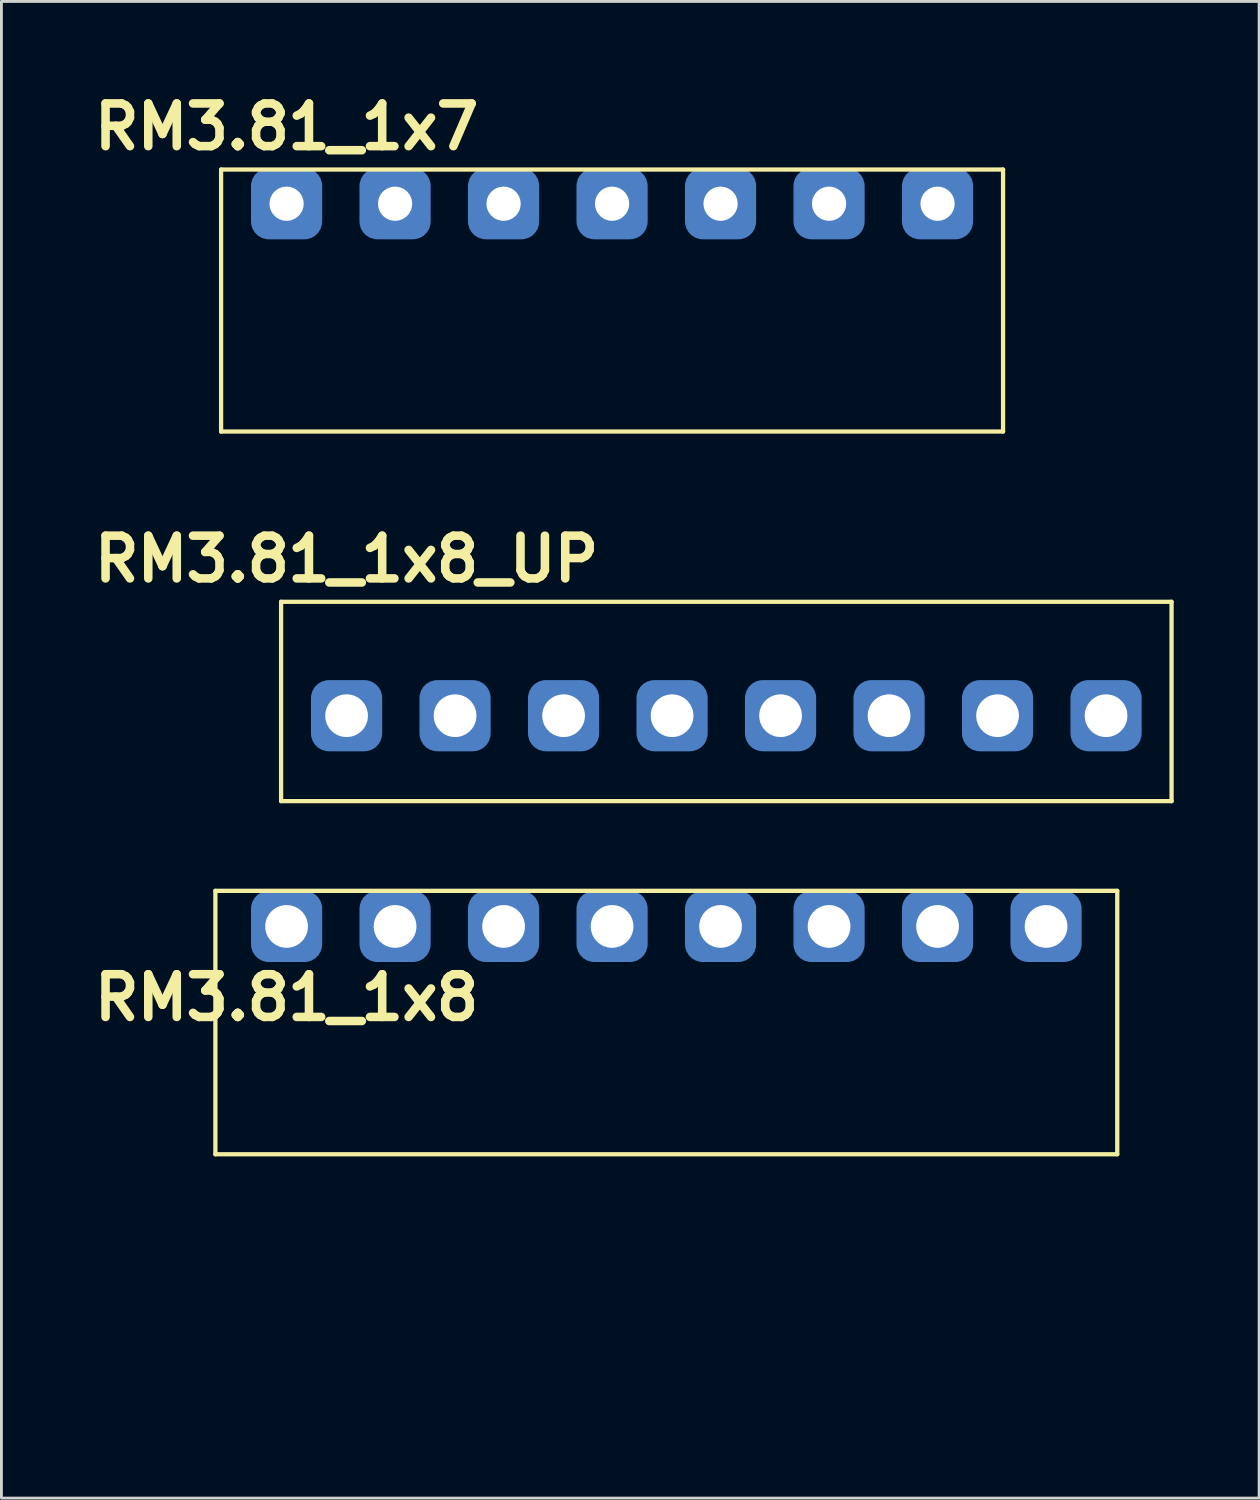
<source format=kicad_pcb>
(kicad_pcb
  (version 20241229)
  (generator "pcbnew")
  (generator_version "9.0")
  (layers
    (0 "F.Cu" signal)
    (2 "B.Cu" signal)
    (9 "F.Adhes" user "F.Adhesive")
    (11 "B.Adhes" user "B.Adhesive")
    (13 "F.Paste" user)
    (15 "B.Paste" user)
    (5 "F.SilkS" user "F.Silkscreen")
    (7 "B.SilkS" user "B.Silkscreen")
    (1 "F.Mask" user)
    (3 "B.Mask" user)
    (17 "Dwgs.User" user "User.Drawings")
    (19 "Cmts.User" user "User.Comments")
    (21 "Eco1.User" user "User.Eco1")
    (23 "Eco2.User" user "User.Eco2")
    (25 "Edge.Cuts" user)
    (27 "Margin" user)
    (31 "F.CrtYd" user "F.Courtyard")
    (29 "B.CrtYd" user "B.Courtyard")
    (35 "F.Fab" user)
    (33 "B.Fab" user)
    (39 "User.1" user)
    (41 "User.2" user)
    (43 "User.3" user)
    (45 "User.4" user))
  (footprint "RM3.81_1x7"
    (layer "F.Cu")
    (at 7.014 4.104)
    (property "Reference" "RM3.81_1x7" (at 0 -2.7 0) (layer "F.SilkS") (effects (font (size 1.5 1.5) (thickness 0.3))))
    (attr through_hole)
    (fp_line (start -2.3 -1.2) (end -2.3 8) (stroke (width 0.15) (type solid)) (layer "F.SilkS"))
    (fp_line (start -2.3 -1.2) (end 25.16 -1.2) (stroke (width 0.15) (type solid)) (layer "F.SilkS"))
    (fp_line (start -2.3 8) (end 25.16 8) (stroke (width 0.15) (type solid)) (layer "F.SilkS"))
    (fp_line (start 25.16 -1.2) (end 25.16 8) (stroke (width 0.15) (type solid)) (layer "F.SilkS"))
    (pad "0" thru_hole circle (at 0 0) (size 1.5 1.5) (drill 1.2) (layers "*.Cu" "*.Mask"))
    (pad "0" smd roundrect (at 0 0) (size 2.5 2.5) (layers "B.Cu" "B.Mask") (roundrect_rratio 0.25))
    (pad "1" thru_hole circle (at 3.81 0) (size 1.5 1.5) (drill 1.2) (layers "*.Cu" "*.Mask"))
    (pad "1" smd roundrect (at 3.81 0) (size 2.5 2.5) (layers "B.Cu" "B.Mask") (roundrect_rratio 0.25))
    (pad "2" thru_hole circle (at 7.62 0) (size 1.5 1.5) (drill 1.2) (layers "*.Cu" "*.Mask"))
    (pad "2" smd roundrect (at 7.62 0) (size 2.5 2.5) (layers "B.Cu" "B.Mask") (roundrect_rratio 0.25))
    (pad "3" thru_hole circle (at 11.43 0) (size 1.5 1.5) (drill 1.2) (layers "*.Cu" "*.Mask"))
    (pad "3" smd roundrect (at 11.43 0) (size 2.5 2.5) (layers "B.Cu" "B.Mask") (roundrect_rratio 0.25))
    (pad "4" thru_hole circle (at 15.24 0) (size 1.5 1.5) (drill 1.2) (layers "*.Cu" "*.Mask"))
    (pad "4" smd roundrect (at 15.24 0) (size 2.5 2.5) (layers "B.Cu" "B.Mask") (roundrect_rratio 0.25))
    (pad "5" thru_hole circle (at 19.05 0) (size 1.5 1.5) (drill 1.2) (layers "*.Cu" "*.Mask"))
    (pad "5" smd roundrect (at 19.05 0) (size 2.5 2.5) (layers "B.Cu" "B.Mask") (roundrect_rratio 0.25))
    (pad "6" thru_hole circle (at 22.86 0) (size 1.5 1.5) (drill 1.2) (layers "*.Cu" "*.Mask"))
    (pad "6" smd roundrect (at 22.86 0) (size 2.5 2.5) (layers "B.Cu" "B.Mask") (roundrect_rratio 0.25)))
  (footprint "RM3.81_1x8"
    (layer "F.Cu")
    (at 7.014 29.483)
    (property "Reference" "RM3.81_1x8" (at 0 2.5 0) (layer "F.SilkS") (effects (font (size 1.5 1.5) (thickness 0.3))))
    (attr through_hole)
    (fp_line (start -2.5 -1.25) (end -2.5 8) (stroke (width 0.15) (type solid)) (layer "F.SilkS"))
    (fp_line (start -2.5 8) (end 29.17 8) (stroke (width 0.15) (type solid)) (layer "F.SilkS"))
    (fp_line (start 29.17 -1.25) (end -2.5 -1.25) (stroke (width 0.15) (type solid)) (layer "F.SilkS"))
    (fp_line (start 29.17 8) (end 29.17 -1.25) (stroke (width 0.15) (type solid)) (layer "F.SilkS"))
    (fp_line (start -1.905 17) (end -1.905 8) (stroke (width 0.15) (type solid)) (layer "Margin"))
    (fp_line (start -1.905 17) (end 28.575 17) (stroke (width 0.15) (type solid)) (layer "Margin"))
    (fp_line (start -1.5 12) (end 1.5 12) (stroke (width 0.15) (type solid)) (layer "Margin"))
    (fp_line (start 2.31 12) (end 5.31 12) (stroke (width 0.15) (type solid)) (layer "Margin"))
    (fp_line (start 6.12 12) (end 9.12 12) (stroke (width 0.15) (type solid)) (layer "Margin"))
    (fp_line (start 9.93 12) (end 12.93 12) (stroke (width 0.15) (type solid)) (layer "Margin"))
    (fp_line (start 13.74 12) (end 16.74 12) (stroke (width 0.15) (type solid)) (layer "Margin"))
    (fp_line (start 17.55 12) (end 20.55 12) (stroke (width 0.15) (type solid)) (layer "Margin"))
    (fp_line (start 21.36 12) (end 24.36 12) (stroke (width 0.15) (type solid)) (layer "Margin"))
    (fp_line (start 25.17 12) (end 28.17 12) (stroke (width 0.15) (type solid)) (layer "Margin"))
    (fp_line (start 28.575 17) (end 28.575 8) (stroke (width 0.15) (type solid)) (layer "Margin"))
    (fp_circle (center 0 12) (end 0 10.5) (stroke (width 0.15) (type solid)) (fill no) (layer "Margin"))
    (fp_circle (center 3.81 12) (end 3.81 10.5) (stroke (width 0.15) (type solid)) (fill no) (layer "Margin"))
    (fp_circle (center 7.62 12) (end 7.62 10.5) (stroke (width 0.15) (type solid)) (fill no) (layer "Margin"))
    (fp_circle (center 11.43 12) (end 11.43 10.5) (stroke (width 0.15) (type solid)) (fill no) (layer "Margin"))
    (fp_circle (center 15.24 12) (end 15.24 10.5) (stroke (width 0.15) (type solid)) (fill no) (layer "Margin"))
    (fp_circle (center 19.05 12) (end 19.05 10.5) (stroke (width 0.15) (type solid)) (fill no) (layer "Margin"))
    (fp_circle (center 22.86 12) (end 22.86 10.5) (stroke (width 0.15) (type solid)) (fill no) (layer "Margin"))
    (fp_circle (center 26.67 12) (end 26.67 10.5) (stroke (width 0.15) (type solid)) (fill no) (layer "Margin"))
    (pad "1" thru_hole circle (at 0 0) (size 1.8 1.8) (drill 1.5) (layers "*.Cu" "*.Mask"))
    (pad "1" smd roundrect (at 0 0) (size 2.5 2.5) (layers "B.Cu" "B.Mask") (roundrect_rratio 0.25))
    (pad "2" thru_hole circle (at 3.81 0) (size 1.8 1.8) (drill 1.5) (layers "*.Cu" "*.Mask"))
    (pad "2" smd roundrect (at 3.81 0) (size 2.5 2.5) (layers "B.Cu" "B.Mask") (roundrect_rratio 0.25))
    (pad "3" thru_hole circle (at 7.62 0) (size 1.8 1.8) (drill 1.5) (layers "*.Cu" "*.Mask"))
    (pad "3" smd roundrect (at 7.62 0) (size 2.5 2.5) (layers "B.Cu" "B.Mask") (roundrect_rratio 0.25))
    (pad "4" thru_hole circle (at 11.43 0) (size 1.8 1.8) (drill 1.5) (layers "*.Cu" "*.Mask"))
    (pad "4" smd roundrect (at 11.43 0) (size 2.5 2.5) (layers "B.Cu" "B.Mask") (roundrect_rratio 0.25))
    (pad "5" thru_hole circle (at 15.24 0) (size 1.8 1.8) (drill 1.5) (layers "*.Cu" "*.Mask"))
    (pad "5" smd roundrect (at 15.24 0) (size 2.5 2.5) (layers "B.Cu" "B.Mask") (roundrect_rratio 0.25))
    (pad "6" thru_hole circle (at 19.05 0) (size 1.8 1.8) (drill 1.5) (layers "*.Cu" "*.Mask"))
    (pad "6" smd roundrect (at 19.05 0) (size 2.5 2.5) (layers "B.Cu" "B.Mask") (roundrect_rratio 0.25))
    (pad "7" thru_hole circle (at 22.86 0) (size 1.8 1.8) (drill 1.5) (layers "*.Cu" "*.Mask"))
    (pad "7" smd roundrect (at 22.86 0) (size 2.5 2.5) (layers "B.Cu" "B.Mask") (roundrect_rratio 0.25))
    (pad "8" thru_hole circle (at 26.67 0) (size 1.8 1.8) (drill 1.5) (layers "*.Cu" "*.Mask"))
    (pad "8" smd roundrect (at 26.67 0) (size 2.5 2.5) (layers "B.Cu" "B.Mask") (roundrect_rratio 0.25)))
  (footprint "RM3.81_1x8_UP"
    (layer "F.Cu")
    (at 9.121 22.083)
    (property "Reference" "RM3.81_1x8_UP" (at 0 -5.5 0) (layer "F.SilkS") (effects (font (size 1.5 1.5) (thickness 0.3))))
    (attr through_hole)
    (fp_line (start -2.3 -4) (end -2.3 3) (stroke (width 0.15) (type solid)) (layer "F.SilkS"))
    (fp_line (start -2.3 -4) (end 28.97 -4) (stroke (width 0.15) (type solid)) (layer "F.SilkS"))
    (fp_line (start -2.3 3) (end 28.97 3) (stroke (width 0.15) (type solid)) (layer "F.SilkS"))
    (fp_line (start 28.97 -4) (end 28.97 3) (stroke (width 0.15) (type solid)) (layer "F.SilkS"))
    (pad "1" thru_hole circle (at 0 0) (size 1.8 1.8) (drill 1.5) (layers "*.Cu" "*.Mask"))
    (pad "1" smd roundrect (at 0 0) (size 2.5 2.5) (layers "B.Cu" "B.Mask") (roundrect_rratio 0.25))
    (pad "2" thru_hole circle (at 3.81 0) (size 1.8 1.8) (drill 1.5) (layers "*.Cu" "*.Mask"))
    (pad "2" smd roundrect (at 3.81 0) (size 2.5 2.5) (layers "B.Cu" "B.Mask") (roundrect_rratio 0.25))
    (pad "3" thru_hole circle (at 7.62 0) (size 1.8 1.8) (drill 1.5) (layers "*.Cu" "*.Mask"))
    (pad "3" smd roundrect (at 7.62 0) (size 2.5 2.5) (layers "B.Cu" "B.Mask") (roundrect_rratio 0.25))
    (pad "4" thru_hole circle (at 11.43 0) (size 1.8 1.8) (drill 1.5) (layers "*.Cu" "*.Mask"))
    (pad "4" smd roundrect (at 11.43 0) (size 2.5 2.5) (layers "B.Cu" "B.Mask") (roundrect_rratio 0.25))
    (pad "5" thru_hole circle (at 15.24 0) (size 1.8 1.8) (drill 1.5) (layers "*.Cu" "*.Mask"))
    (pad "5" smd roundrect (at 15.24 0) (size 2.5 2.5) (layers "B.Cu" "B.Mask") (roundrect_rratio 0.25))
    (pad "6" thru_hole circle (at 19.05 0) (size 1.8 1.8) (drill 1.5) (layers "*.Cu" "*.Mask"))
    (pad "6" smd roundrect (at 19.05 0) (size 2.5 2.5) (layers "B.Cu" "B.Mask") (roundrect_rratio 0.25))
    (pad "7" thru_hole circle (at 22.86 0) (size 1.8 1.8) (drill 1.5) (layers "*.Cu" "*.Mask"))
    (pad "7" smd roundrect (at 22.86 0) (size 2.5 2.5) (layers "B.Cu" "B.Mask") (roundrect_rratio 0.25))
    (pad "8" thru_hole circle (at 26.67 0) (size 1.8 1.8) (drill 1.5) (layers "*.Cu" "*.Mask"))
    (pad "8" smd roundrect (at 26.67 0) (size 2.5 2.5) (layers "B.Cu" "B.Mask") (roundrect_rratio 0.25)))
  (gr_rect
    (start -3 -3)
    (end 41.166 49.558)
    (stroke (width 0.1) (type default))
    (fill no)
    (layer "Edge.Cuts")))
</source>
